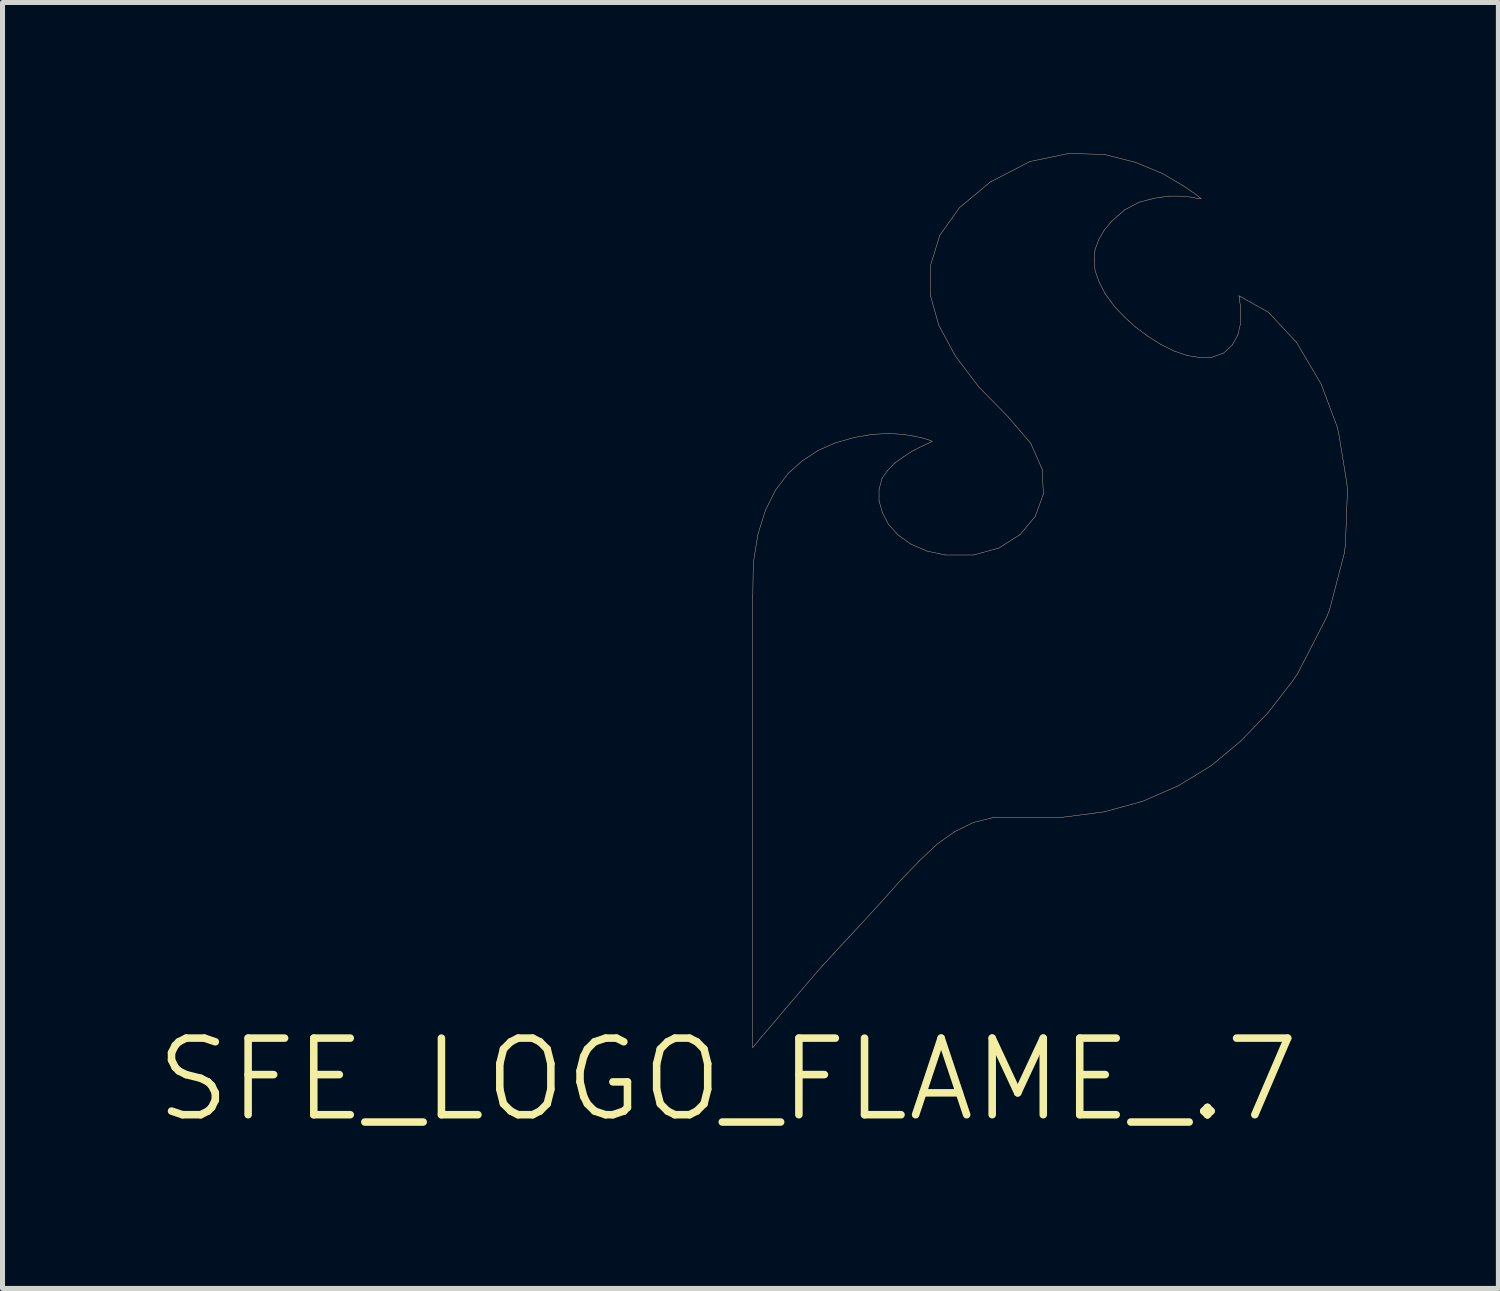
<source format=kicad_pcb>
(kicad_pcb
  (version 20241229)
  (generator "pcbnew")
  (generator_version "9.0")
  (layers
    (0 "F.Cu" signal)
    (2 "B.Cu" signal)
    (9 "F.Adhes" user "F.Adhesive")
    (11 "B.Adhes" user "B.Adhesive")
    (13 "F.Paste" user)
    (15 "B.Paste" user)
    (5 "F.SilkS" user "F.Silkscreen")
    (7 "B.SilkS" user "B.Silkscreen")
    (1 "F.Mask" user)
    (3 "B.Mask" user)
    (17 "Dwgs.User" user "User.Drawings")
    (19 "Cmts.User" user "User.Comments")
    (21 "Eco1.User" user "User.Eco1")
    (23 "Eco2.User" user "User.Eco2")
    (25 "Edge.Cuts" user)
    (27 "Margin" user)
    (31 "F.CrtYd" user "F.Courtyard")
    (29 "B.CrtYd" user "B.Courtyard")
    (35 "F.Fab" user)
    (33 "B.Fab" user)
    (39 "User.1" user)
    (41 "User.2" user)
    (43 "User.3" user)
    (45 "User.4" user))
  (footprint "SFE_LOGO_FLAME_.7"
    (layer "F.Cu")
    (at 11.43 18.432)
    (property "Reference" "SFE_LOGO_FLAME_.7" (at 0 0 0) (layer "F.SilkS") (effects (font (size 1.524 1.524) (thickness 0.15))))
    (attr exclude_from_pos_files exclude_from_bom)
    (fp_line (start 0.498 -9.609) (end 0.498 -0.638) (stroke (width 0.008) (type solid)) (layer "B.SilkS"))
    (fp_line (start 0.498 -0.638) (end 0.538 -0.688) (stroke (width 0.008) (type solid)) (layer "B.SilkS"))
    (fp_line (start 0.508 -10.279) (end 0.498 -9.609) (stroke (width 0.008) (type solid)) (layer "B.SilkS"))
    (fp_line (start 0.538 -0.688) (end 0.668 -0.848) (stroke (width 0.008) (type solid)) (layer "B.SilkS"))
    (fp_line (start 0.599 -10.848) (end 0.508 -10.279) (stroke (width 0.008) (type solid)) (layer "B.SilkS"))
    (fp_line (start 0.668 -0.848) (end 0.869 -1.079) (stroke (width 0.008) (type solid)) (layer "B.SilkS"))
    (fp_line (start 0.749 -11.328) (end 0.599 -10.848) (stroke (width 0.008) (type solid)) (layer "B.SilkS"))
    (fp_line (start 0.869 -1.079) (end 1.128 -1.389) (stroke (width 0.008) (type solid)) (layer "B.SilkS"))
    (fp_line (start 0.95 -11.73) (end 0.749 -11.328) (stroke (width 0.008) (type solid)) (layer "B.SilkS"))
    (fp_line (start 1.128 -1.389) (end 1.438 -1.748) (stroke (width 0.008) (type solid)) (layer "B.SilkS"))
    (fp_line (start 1.199 -12.06) (end 0.95 -11.73) (stroke (width 0.008) (type solid)) (layer "B.SilkS"))
    (fp_line (start 1.438 -1.748) (end 1.788 -2.159) (stroke (width 0.008) (type solid)) (layer "B.SilkS"))
    (fp_line (start 1.478 -12.309) (end 1.199 -12.06) (stroke (width 0.008) (type solid)) (layer "B.SilkS"))
    (fp_line (start 1.788 -2.159) (end 2.179 -2.588) (stroke (width 0.008) (type solid)) (layer "B.SilkS"))
    (fp_line (start 1.798 -12.52) (end 1.478 -12.309) (stroke (width 0.008) (type solid)) (layer "B.SilkS"))
    (fp_line (start 2.139 -12.67) (end 1.798 -12.52) (stroke (width 0.008) (type solid)) (layer "B.SilkS"))
    (fp_line (start 2.179 -2.588) (end 2.598 -3.038) (stroke (width 0.008) (type solid)) (layer "B.SilkS"))
    (fp_line (start 2.52 -12.779) (end 2.139 -12.67) (stroke (width 0.008) (type solid)) (layer "B.SilkS"))
    (fp_line (start 2.598 -3.038) (end 3.048 -3.528) (stroke (width 0.008) (type solid)) (layer "B.SilkS"))
    (fp_line (start 2.878 -12.84) (end 2.52 -12.779) (stroke (width 0.008) (type solid)) (layer "B.SilkS"))
    (fp_line (start 3.01 -11.748) (end 3.068 -11.958) (stroke (width 0.008) (type solid)) (layer "B.SilkS"))
    (fp_line (start 3.01 -11.519) (end 3.01 -11.748) (stroke (width 0.008) (type solid)) (layer "B.SilkS"))
    (fp_line (start 3.048 -3.528) (end 3.449 -3.978) (stroke (width 0.008) (type solid)) (layer "B.SilkS"))
    (fp_line (start 3.068 -11.958) (end 3.178 -12.118) (stroke (width 0.008) (type solid)) (layer "B.SilkS"))
    (fp_line (start 3.078 -11.278) (end 3.01 -11.519) (stroke (width 0.008) (type solid)) (layer "B.SilkS"))
    (fp_line (start 3.178 -12.118) (end 3.32 -12.268) (stroke (width 0.008) (type solid)) (layer "B.SilkS"))
    (fp_line (start 3.198 -11.049) (end 3.078 -11.278) (stroke (width 0.008) (type solid)) (layer "B.SilkS"))
    (fp_line (start 3.208 -12.857) (end 2.878 -12.84) (stroke (width 0.008) (type solid)) (layer "B.SilkS"))
    (fp_line (start 3.32 -12.268) (end 3.49 -12.388) (stroke (width 0.008) (type solid)) (layer "B.SilkS"))
    (fp_line (start 3.388 -10.838) (end 3.198 -11.049) (stroke (width 0.008) (type solid)) (layer "B.SilkS"))
    (fp_line (start 3.449 -3.978) (end 3.818 -4.359) (stroke (width 0.008) (type solid)) (layer "B.SilkS"))
    (fp_line (start 3.49 -12.84) (end 3.208 -12.857) (stroke (width 0.008) (type solid)) (layer "B.SilkS"))
    (fp_line (start 3.49 -12.388) (end 3.658 -12.499) (stroke (width 0.008) (type solid)) (layer "B.SilkS"))
    (fp_line (start 3.64 -10.658) (end 3.388 -10.838) (stroke (width 0.008) (type solid)) (layer "B.SilkS"))
    (fp_line (start 3.658 -12.499) (end 3.81 -12.578) (stroke (width 0.008) (type solid)) (layer "B.SilkS"))
    (fp_line (start 3.729 -12.799) (end 3.49 -12.84) (stroke (width 0.008) (type solid)) (layer "B.SilkS"))
    (fp_line (start 3.81 -12.578) (end 3.94 -12.639) (stroke (width 0.008) (type solid)) (layer "B.SilkS"))
    (fp_line (start 3.818 -4.359) (end 4.168 -4.689) (stroke (width 0.008) (type solid)) (layer "B.SilkS"))
    (fp_line (start 3.909 -12.758) (end 3.729 -12.799) (stroke (width 0.008) (type solid)) (layer "B.SilkS"))
    (fp_line (start 3.94 -12.639) (end 4.028 -12.68) (stroke (width 0.008) (type solid)) (layer "B.SilkS"))
    (fp_line (start 3.96 -10.518) (end 3.64 -10.658) (stroke (width 0.008) (type solid)) (layer "B.SilkS"))
    (fp_line (start 4.028 -15.618) (end 4.199 -15.009) (stroke (width 0.008) (type solid)) (layer "B.SilkS"))
    (fp_line (start 4.028 -12.718) (end 3.909 -12.758) (stroke (width 0.008) (type solid)) (layer "B.SilkS"))
    (fp_line (start 4.028 -12.68) (end 4.069 -12.7) (stroke (width 0.008) (type solid)) (layer "B.SilkS"))
    (fp_line (start 4.039 -16.218) (end 4.028 -15.618) (stroke (width 0.008) (type solid)) (layer "B.SilkS"))
    (fp_line (start 4.069 -12.7) (end 4.028 -12.718) (stroke (width 0.008) (type solid)) (layer "B.SilkS"))
    (fp_line (start 4.168 -4.689) (end 4.519 -4.938) (stroke (width 0.008) (type solid)) (layer "B.SilkS"))
    (fp_line (start 4.199 -15.009) (end 4.529 -14.399) (stroke (width 0.008) (type solid)) (layer "B.SilkS"))
    (fp_line (start 4.219 -16.8) (end 4.039 -16.218) (stroke (width 0.008) (type solid)) (layer "B.SilkS"))
    (fp_line (start 4.328 -10.439) (end 3.96 -10.518) (stroke (width 0.008) (type solid)) (layer "B.SilkS"))
    (fp_line (start 4.519 -4.938) (end 4.889 -5.118) (stroke (width 0.008) (type solid)) (layer "B.SilkS"))
    (fp_line (start 4.529 -14.399) (end 4.989 -13.79) (stroke (width 0.008) (type solid)) (layer "B.SilkS"))
    (fp_line (start 4.608 -17.348) (end 4.219 -16.8) (stroke (width 0.008) (type solid)) (layer "B.SilkS"))
    (fp_line (start 4.889 -10.439) (end 4.328 -10.439) (stroke (width 0.008) (type solid)) (layer "B.SilkS"))
    (fp_line (start 4.889 -5.118) (end 5.298 -5.22) (stroke (width 0.008) (type solid)) (layer "B.SilkS"))
    (fp_line (start 4.989 -13.79) (end 5.578 -13.188) (stroke (width 0.008) (type solid)) (layer "B.SilkS"))
    (fp_line (start 5.22 -17.859) (end 4.608 -17.348) (stroke (width 0.008) (type solid)) (layer "B.SilkS"))
    (fp_line (start 5.298 -5.22) (end 6.65 -5.22) (stroke (width 0.008) (type solid)) (layer "B.SilkS"))
    (fp_line (start 5.397 -10.579) (end 4.889 -10.439) (stroke (width 0.008) (type solid)) (layer "B.SilkS"))
    (fp_line (start 5.578 -13.188) (end 6.03 -12.659) (stroke (width 0.008) (type solid)) (layer "B.SilkS"))
    (fp_line (start 5.819 -10.848) (end 5.397 -10.579) (stroke (width 0.008) (type solid)) (layer "B.SilkS"))
    (fp_line (start 6.01 -18.268) (end 5.22 -17.859) (stroke (width 0.008) (type solid)) (layer "B.SilkS"))
    (fp_line (start 6.03 -12.659) (end 6.259 -12.139) (stroke (width 0.008) (type solid)) (layer "B.SilkS"))
    (fp_line (start 6.119 -11.209) (end 5.819 -10.848) (stroke (width 0.008) (type solid)) (layer "B.SilkS"))
    (fp_line (start 6.259 -12.139) (end 6.279 -11.648) (stroke (width 0.008) (type solid)) (layer "B.SilkS"))
    (fp_line (start 6.279 -11.648) (end 6.119 -11.209) (stroke (width 0.008) (type solid)) (layer "B.SilkS"))
    (fp_line (start 6.65 -5.22) (end 7.488 -5.329) (stroke (width 0.008) (type solid)) (layer "B.SilkS"))
    (fp_line (start 6.779 -18.428) (end 6.01 -18.268) (stroke (width 0.008) (type solid)) (layer "B.SilkS"))
    (fp_line (start 7.29 -16.309) (end 7.308 -16.518) (stroke (width 0.008) (type solid)) (layer "B.SilkS"))
    (fp_line (start 7.308 -16.518) (end 7.379 -16.708) (stroke (width 0.008) (type solid)) (layer "B.SilkS"))
    (fp_line (start 7.308 -16.099) (end 7.29 -16.309) (stroke (width 0.008) (type solid)) (layer "B.SilkS"))
    (fp_line (start 7.379 -16.708) (end 7.488 -16.899) (stroke (width 0.008) (type solid)) (layer "B.SilkS"))
    (fp_line (start 7.389 -15.87) (end 7.308 -16.099) (stroke (width 0.008) (type solid)) (layer "B.SilkS"))
    (fp_line (start 7.488 -18.41) (end 6.779 -18.428) (stroke (width 0.008) (type solid)) (layer "B.SilkS"))
    (fp_line (start 7.488 -16.899) (end 7.638 -17.079) (stroke (width 0.008) (type solid)) (layer "B.SilkS"))
    (fp_line (start 7.488 -5.329) (end 8.258 -5.54) (stroke (width 0.008) (type solid)) (layer "B.SilkS"))
    (fp_line (start 7.508 -15.639) (end 7.389 -15.87) (stroke (width 0.008) (type solid)) (layer "B.SilkS"))
    (fp_line (start 7.638 -17.079) (end 7.899 -17.308) (stroke (width 0.008) (type solid)) (layer "B.SilkS"))
    (fp_line (start 7.689 -15.39) (end 7.508 -15.639) (stroke (width 0.008) (type solid)) (layer "B.SilkS"))
    (fp_line (start 7.889 -15.179) (end 7.689 -15.39) (stroke (width 0.008) (type solid)) (layer "B.SilkS"))
    (fp_line (start 7.899 -17.308) (end 8.189 -17.46) (stroke (width 0.008) (type solid)) (layer "B.SilkS"))
    (fp_line (start 8.108 -14.978) (end 7.889 -15.179) (stroke (width 0.008) (type solid)) (layer "B.SilkS"))
    (fp_line (start 8.118 -18.25) (end 7.488 -18.41) (stroke (width 0.008) (type solid)) (layer "B.SilkS"))
    (fp_line (start 8.189 -17.46) (end 8.489 -17.539) (stroke (width 0.008) (type solid)) (layer "B.SilkS"))
    (fp_line (start 8.258 -5.54) (end 8.969 -5.85) (stroke (width 0.008) (type solid)) (layer "B.SilkS"))
    (fp_line (start 8.349 -14.798) (end 8.108 -14.978) (stroke (width 0.008) (type solid)) (layer "B.SilkS"))
    (fp_line (start 8.489 -17.539) (end 8.768 -17.579) (stroke (width 0.008) (type solid)) (layer "B.SilkS"))
    (fp_line (start 8.618 -14.628) (end 8.349 -14.798) (stroke (width 0.008) (type solid)) (layer "B.SilkS"))
    (fp_line (start 8.649 -18.029) (end 8.118 -18.25) (stroke (width 0.008) (type solid)) (layer "B.SilkS"))
    (fp_line (start 8.768 -17.579) (end 9.03 -17.579) (stroke (width 0.008) (type solid)) (layer "B.SilkS"))
    (fp_line (start 8.88 -14.498) (end 8.618 -14.628) (stroke (width 0.008) (type solid)) (layer "B.SilkS"))
    (fp_line (start 8.969 -5.85) (end 9.619 -6.248) (stroke (width 0.008) (type solid)) (layer "B.SilkS"))
    (fp_line (start 9.03 -17.579) (end 9.228 -17.559) (stroke (width 0.008) (type solid)) (layer "B.SilkS"))
    (fp_line (start 9.058 -17.788) (end 8.649 -18.029) (stroke (width 0.008) (type solid)) (layer "B.SilkS"))
    (fp_line (start 9.139 -14.409) (end 8.88 -14.498) (stroke (width 0.008) (type solid)) (layer "B.SilkS"))
    (fp_line (start 9.228 -17.559) (end 9.368 -17.529) (stroke (width 0.008) (type solid)) (layer "B.SilkS"))
    (fp_line (start 9.319 -17.61) (end 9.058 -17.788) (stroke (width 0.008) (type solid)) (layer "B.SilkS"))
    (fp_line (start 9.368 -17.529) (end 9.418 -17.529) (stroke (width 0.008) (type solid)) (layer "B.SilkS"))
    (fp_line (start 9.388 -14.369) (end 9.139 -14.409) (stroke (width 0.008) (type solid)) (layer "B.SilkS"))
    (fp_line (start 9.418 -17.529) (end 9.319 -17.61) (stroke (width 0.008) (type solid)) (layer "B.SilkS"))
    (fp_line (start 9.619 -14.369) (end 9.388 -14.369) (stroke (width 0.008) (type solid)) (layer "B.SilkS"))
    (fp_line (start 9.619 -6.248) (end 10.208 -6.739) (stroke (width 0.008) (type solid)) (layer "B.SilkS"))
    (fp_line (start 9.868 -14.458) (end 9.619 -14.369) (stroke (width 0.008) (type solid)) (layer "B.SilkS"))
    (fp_line (start 10.038 -14.618) (end 9.868 -14.458) (stroke (width 0.008) (type solid)) (layer "B.SilkS"))
    (fp_line (start 10.15 -14.818) (end 10.038 -14.618) (stroke (width 0.008) (type solid)) (layer "B.SilkS"))
    (fp_line (start 10.168 -15.598) (end 10.178 -15.578) (stroke (width 0.008) (type solid)) (layer "B.SilkS"))
    (fp_line (start 10.178 -15.578) (end 10.178 -15.54) (stroke (width 0.008) (type solid)) (layer "B.SilkS"))
    (fp_line (start 10.178 -15.54) (end 10.198 -15.408) (stroke (width 0.008) (type solid)) (layer "B.SilkS"))
    (fp_line (start 10.198 -15.408) (end 10.208 -15.24) (stroke (width 0.008) (type solid)) (layer "B.SilkS"))
    (fp_line (start 10.198 -15.029) (end 10.15 -14.818) (stroke (width 0.008) (type solid)) (layer "B.SilkS"))
    (fp_line (start 10.208 -15.24) (end 10.198 -15.029) (stroke (width 0.008) (type solid)) (layer "B.SilkS"))
    (fp_line (start 10.208 -6.739) (end 10.749 -7.3) (stroke (width 0.008) (type solid)) (layer "B.SilkS"))
    (fp_line (start 10.749 -7.3) (end 11.229 -7.92) (stroke (width 0.008) (type solid)) (layer "B.SilkS"))
    (fp_line (start 10.759 -15.268) (end 10.168 -15.598) (stroke (width 0.008) (type solid)) (layer "B.SilkS"))
    (fp_line (start 11.229 -7.92) (end 11.339 -8.08) (stroke (width 0.008) (type solid)) (layer "B.SilkS"))
    (fp_line (start 11.318 -14.668) (end 10.759 -15.268) (stroke (width 0.008) (type solid)) (layer "B.SilkS"))
    (fp_line (start 11.339 -8.08) (end 11.918 -9.207) (stroke (width 0.008) (type solid)) (layer "B.SilkS"))
    (fp_line (start 11.808 -13.838) (end 11.318 -14.668) (stroke (width 0.008) (type solid)) (layer "B.SilkS"))
    (fp_line (start 11.918 -9.207) (end 11.979 -9.368) (stroke (width 0.008) (type solid)) (layer "B.SilkS"))
    (fp_line (start 11.979 -9.368) (end 12.268 -10.477) (stroke (width 0.008) (type solid)) (layer "B.SilkS"))
    (fp_line (start 12.129 -12.979) (end 11.808 -13.838) (stroke (width 0.008) (type solid)) (layer "B.SilkS"))
    (fp_line (start 12.159 -12.84) (end 12.129 -12.979) (stroke (width 0.008) (type solid)) (layer "B.SilkS"))
    (fp_line (start 12.268 -10.477) (end 12.289 -10.638) (stroke (width 0.008) (type solid)) (layer "B.SilkS"))
    (fp_line (start 12.289 -10.638) (end 12.329 -11.709) (stroke (width 0.008) (type solid)) (layer "B.SilkS"))
    (fp_line (start 12.319 -11.859) (end 12.159 -12.84) (stroke (width 0.008) (type solid)) (layer "B.SilkS"))
    (fp_line (start 12.329 -11.709) (end 12.319 -11.859) (stroke (width 0.008) (type solid)) (layer "B.SilkS")))
  (gr_rect
    (start -3 -3)
    (end 26.763 22.586)
    (stroke (width 0.1) (type default))
    (fill no)
    (layer "Edge.Cuts")))
</source>
